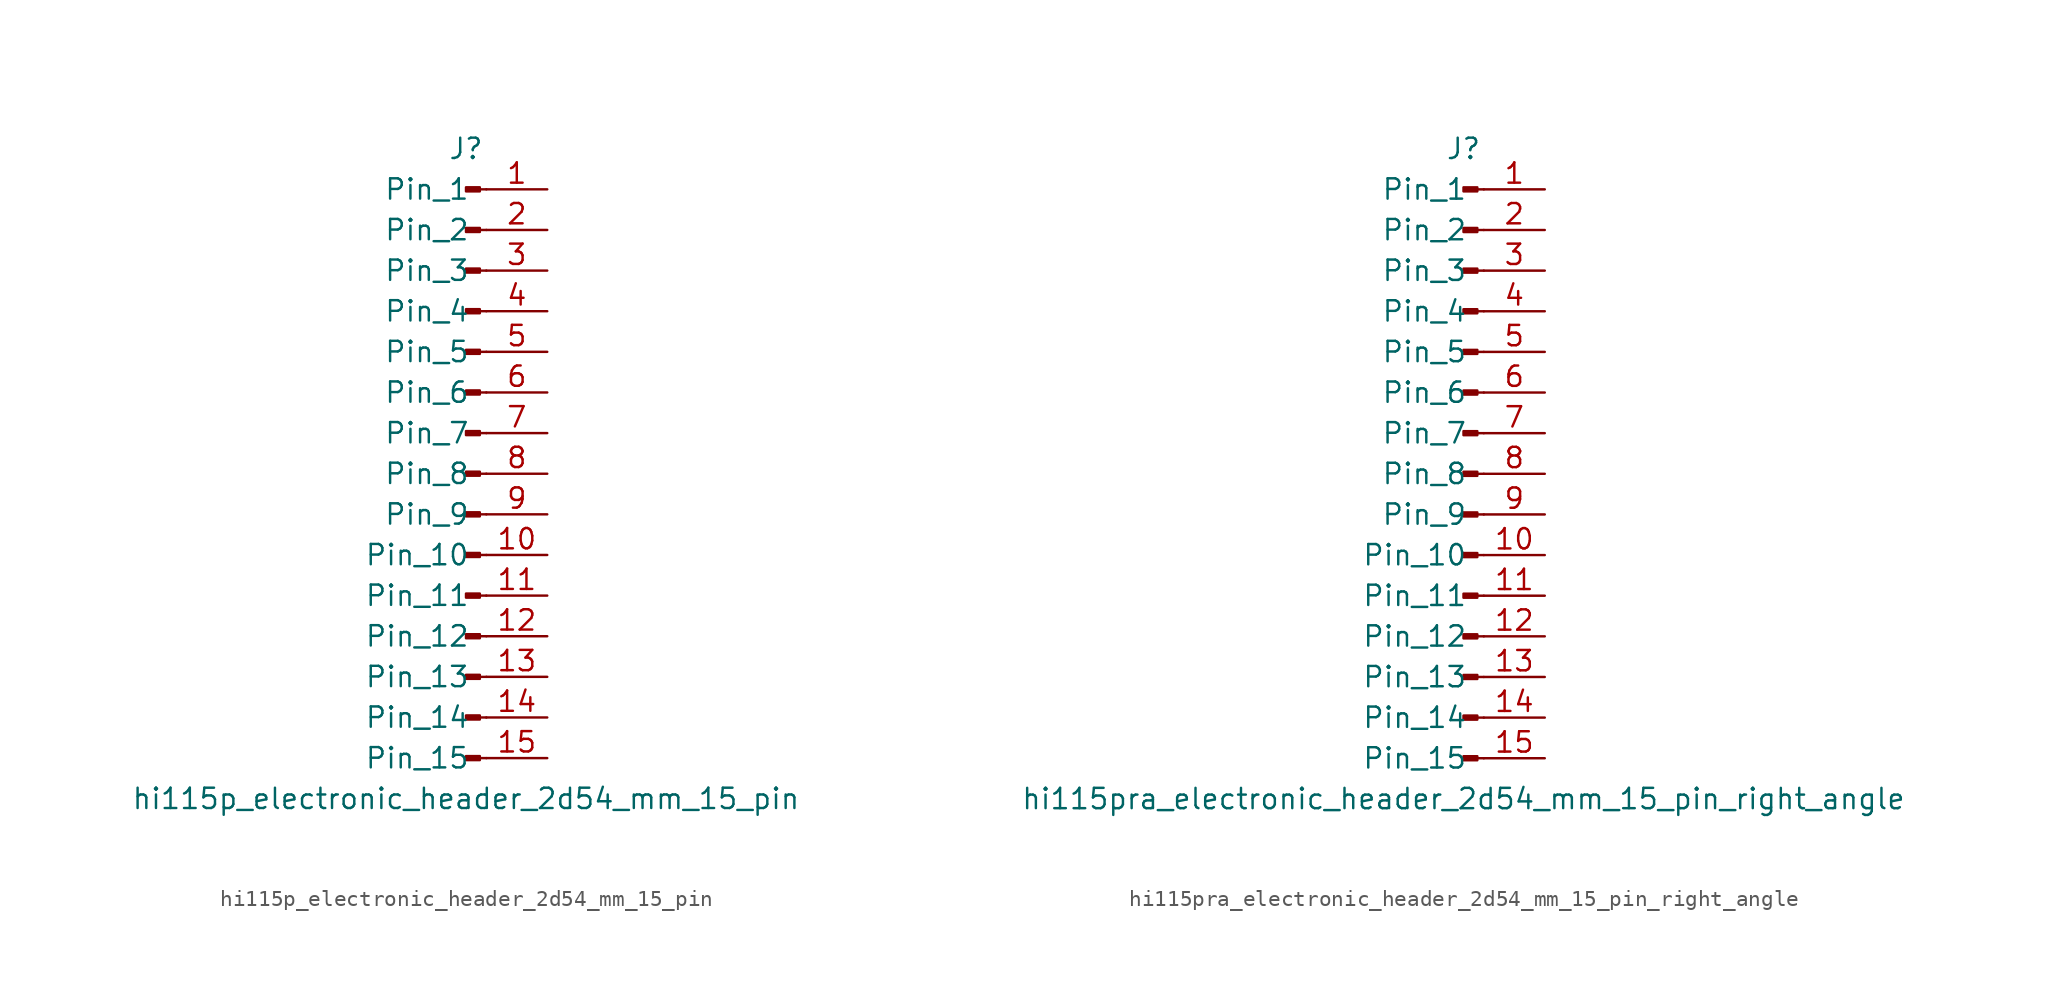
<source format=kicad_sym>
(kicad_symbol_lib
  (version 20220914)
  (generator kicad_symbol_editor)
  (symbol "hi115p_electronic_header_2d54_mm_15_pin"
    (pin_names
      (offset 1.016))
    (property "Reference" "J"
      (at 0 20.32 0)
      (effects (font (size 1.27 1.27))))
    (property "Value" "hi115p_electronic_header_2d54_mm_15_pin"
      (at 0 -20.32 0)
      (effects (font (size 1.27 1.27))))
    (property "ki_locked" ""
      (at 0 0 0)
      (effects (font (size 1.27 1.27))))
    (symbol "hi115p_electronic_header_2d54_mm_15_pin_1_1"
      (polyline (pts (xy 1.27 -17.78) (xy 0.864 -17.78)) (stroke (width 0.152) (type default)) (fill (type none)))
      (polyline (pts (xy 1.27 -15.24) (xy 0.864 -15.24)) (stroke (width 0.152) (type default)) (fill (type none)))
      (polyline (pts (xy 1.27 -12.7) (xy 0.864 -12.7)) (stroke (width 0.152) (type default)) (fill (type none)))
      (polyline (pts (xy 1.27 -10.16) (xy 0.864 -10.16)) (stroke (width 0.152) (type default)) (fill (type none)))
      (polyline (pts (xy 1.27 -7.62) (xy 0.864 -7.62)) (stroke (width 0.152) (type default)) (fill (type none)))
      (polyline (pts (xy 1.27 -5.08) (xy 0.864 -5.08)) (stroke (width 0.152) (type default)) (fill (type none)))
      (polyline (pts (xy 1.27 -2.54) (xy 0.864 -2.54)) (stroke (width 0.152) (type default)) (fill (type none)))
      (polyline (pts (xy 1.27 0) (xy 0.864 0)) (stroke (width 0.152) (type default)) (fill (type none)))
      (polyline (pts (xy 1.27 2.54) (xy 0.864 2.54)) (stroke (width 0.152) (type default)) (fill (type none)))
      (polyline (pts (xy 1.27 5.08) (xy 0.864 5.08)) (stroke (width 0.152) (type default)) (fill (type none)))
      (polyline (pts (xy 1.27 7.62) (xy 0.864 7.62)) (stroke (width 0.152) (type default)) (fill (type none)))
      (polyline (pts (xy 1.27 10.16) (xy 0.864 10.16)) (stroke (width 0.152) (type default)) (fill (type none)))
      (polyline (pts (xy 1.27 12.7) (xy 0.864 12.7)) (stroke (width 0.152) (type default)) (fill (type none)))
      (polyline (pts (xy 1.27 15.24) (xy 0.864 15.24)) (stroke (width 0.152) (type default)) (fill (type none)))
      (polyline (pts (xy 1.27 17.78) (xy 0.864 17.78)) (stroke (width 0.152) (type default)) (fill (type none)))
      (rectangle (start 0.864 -17.653) (end 0 -17.907) (stroke (width 0.152) (type default)) (fill (type outline)))
      (rectangle (start 0.864 -15.113) (end 0 -15.367) (stroke (width 0.152) (type default)) (fill (type outline)))
      (rectangle (start 0.864 -12.573) (end 0 -12.827) (stroke (width 0.152) (type default)) (fill (type outline)))
      (rectangle (start 0.864 -10.033) (end 0 -10.287) (stroke (width 0.152) (type default)) (fill (type outline)))
      (rectangle (start 0.864 -7.493) (end 0 -7.747) (stroke (width 0.152) (type default)) (fill (type outline)))
      (rectangle (start 0.864 -4.953) (end 0 -5.207) (stroke (width 0.152) (type default)) (fill (type outline)))
      (rectangle (start 0.864 -2.413) (end 0 -2.667) (stroke (width 0.152) (type default)) (fill (type outline)))
      (rectangle (start 0.864 0.127) (end 0 -0.127) (stroke (width 0.152) (type default)) (fill (type outline)))
      (rectangle (start 0.864 2.667) (end 0 2.413) (stroke (width 0.152) (type default)) (fill (type outline)))
      (rectangle (start 0.864 5.207) (end 0 4.953) (stroke (width 0.152) (type default)) (fill (type outline)))
      (rectangle (start 0.864 7.747) (end 0 7.493) (stroke (width 0.152) (type default)) (fill (type outline)))
      (rectangle (start 0.864 10.287) (end 0 10.033) (stroke (width 0.152) (type default)) (fill (type outline)))
      (rectangle (start 0.864 12.827) (end 0 12.573) (stroke (width 0.152) (type default)) (fill (type outline)))
      (rectangle (start 0.864 15.367) (end 0 15.113) (stroke (width 0.152) (type default)) (fill (type outline)))
      (rectangle (start 0.864 17.907) (end 0 17.653) (stroke (width 0.152) (type default)) (fill (type outline)))
      (pin passive line (at 5.08 17.78 180) (length 3.81) (name "Pin_1" (effects (font (size 1.27 1.27)))) (number "1" (effects (font (size 1.27 1.27)))))
      (pin passive line (at 5.08 -5.08 180) (length 3.81) (name "Pin_10" (effects (font (size 1.27 1.27)))) (number "10" (effects (font (size 1.27 1.27)))))
      (pin passive line (at 5.08 -7.62 180) (length 3.81) (name "Pin_11" (effects (font (size 1.27 1.27)))) (number "11" (effects (font (size 1.27 1.27)))))
      (pin passive line (at 5.08 -10.16 180) (length 3.81) (name "Pin_12" (effects (font (size 1.27 1.27)))) (number "12" (effects (font (size 1.27 1.27)))))
      (pin passive line (at 5.08 -12.7 180) (length 3.81) (name "Pin_13" (effects (font (size 1.27 1.27)))) (number "13" (effects (font (size 1.27 1.27)))))
      (pin passive line (at 5.08 -15.24 180) (length 3.81) (name "Pin_14" (effects (font (size 1.27 1.27)))) (number "14" (effects (font (size 1.27 1.27)))))
      (pin passive line (at 5.08 -17.78 180) (length 3.81) (name "Pin_15" (effects (font (size 1.27 1.27)))) (number "15" (effects (font (size 1.27 1.27)))))
      (pin passive line (at 5.08 15.24 180) (length 3.81) (name "Pin_2" (effects (font (size 1.27 1.27)))) (number "2" (effects (font (size 1.27 1.27)))))
      (pin passive line (at 5.08 12.7 180) (length 3.81) (name "Pin_3" (effects (font (size 1.27 1.27)))) (number "3" (effects (font (size 1.27 1.27)))))
      (pin passive line (at 5.08 10.16 180) (length 3.81) (name "Pin_4" (effects (font (size 1.27 1.27)))) (number "4" (effects (font (size 1.27 1.27)))))
      (pin passive line (at 5.08 7.62 180) (length 3.81) (name "Pin_5" (effects (font (size 1.27 1.27)))) (number "5" (effects (font (size 1.27 1.27)))))
      (pin passive line (at 5.08 5.08 180) (length 3.81) (name "Pin_6" (effects (font (size 1.27 1.27)))) (number "6" (effects (font (size 1.27 1.27)))))
      (pin passive line (at 5.08 2.54 180) (length 3.81) (name "Pin_7" (effects (font (size 1.27 1.27)))) (number "7" (effects (font (size 1.27 1.27)))))
      (pin passive line (at 5.08 0 180) (length 3.81) (name "Pin_8" (effects (font (size 1.27 1.27)))) (number "8" (effects (font (size 1.27 1.27)))))
      (pin passive line (at 5.08 -2.54 180) (length 3.81) (name "Pin_9" (effects (font (size 1.27 1.27)))) (number "9" (effects (font (size 1.27 1.27)))))))
  (symbol "hi115pra_electronic_header_2d54_mm_15_pin_right_angle"
    (pin_names
      (offset 1.016))
    (property "Reference" "J"
      (at 0 20.32 0)
      (effects (font (size 1.27 1.27))))
    (property "Value" "hi115pra_electronic_header_2d54_mm_15_pin_right_angle"
      (at 0 -20.32 0)
      (effects (font (size 1.27 1.27))))
    (property "ki_locked" ""
      (at 0 0 0)
      (effects (font (size 1.27 1.27))))
    (symbol "hi115pra_electronic_header_2d54_mm_15_pin_right_angle_1_1"
      (polyline (pts (xy 1.27 -17.78) (xy 0.864 -17.78)) (stroke (width 0.152) (type default)) (fill (type none)))
      (polyline (pts (xy 1.27 -15.24) (xy 0.864 -15.24)) (stroke (width 0.152) (type default)) (fill (type none)))
      (polyline (pts (xy 1.27 -12.7) (xy 0.864 -12.7)) (stroke (width 0.152) (type default)) (fill (type none)))
      (polyline (pts (xy 1.27 -10.16) (xy 0.864 -10.16)) (stroke (width 0.152) (type default)) (fill (type none)))
      (polyline (pts (xy 1.27 -7.62) (xy 0.864 -7.62)) (stroke (width 0.152) (type default)) (fill (type none)))
      (polyline (pts (xy 1.27 -5.08) (xy 0.864 -5.08)) (stroke (width 0.152) (type default)) (fill (type none)))
      (polyline (pts (xy 1.27 -2.54) (xy 0.864 -2.54)) (stroke (width 0.152) (type default)) (fill (type none)))
      (polyline (pts (xy 1.27 0) (xy 0.864 0)) (stroke (width 0.152) (type default)) (fill (type none)))
      (polyline (pts (xy 1.27 2.54) (xy 0.864 2.54)) (stroke (width 0.152) (type default)) (fill (type none)))
      (polyline (pts (xy 1.27 5.08) (xy 0.864 5.08)) (stroke (width 0.152) (type default)) (fill (type none)))
      (polyline (pts (xy 1.27 7.62) (xy 0.864 7.62)) (stroke (width 0.152) (type default)) (fill (type none)))
      (polyline (pts (xy 1.27 10.16) (xy 0.864 10.16)) (stroke (width 0.152) (type default)) (fill (type none)))
      (polyline (pts (xy 1.27 12.7) (xy 0.864 12.7)) (stroke (width 0.152) (type default)) (fill (type none)))
      (polyline (pts (xy 1.27 15.24) (xy 0.864 15.24)) (stroke (width 0.152) (type default)) (fill (type none)))
      (polyline (pts (xy 1.27 17.78) (xy 0.864 17.78)) (stroke (width 0.152) (type default)) (fill (type none)))
      (rectangle (start 0.864 -17.653) (end 0 -17.907) (stroke (width 0.152) (type default)) (fill (type outline)))
      (rectangle (start 0.864 -15.113) (end 0 -15.367) (stroke (width 0.152) (type default)) (fill (type outline)))
      (rectangle (start 0.864 -12.573) (end 0 -12.827) (stroke (width 0.152) (type default)) (fill (type outline)))
      (rectangle (start 0.864 -10.033) (end 0 -10.287) (stroke (width 0.152) (type default)) (fill (type outline)))
      (rectangle (start 0.864 -7.493) (end 0 -7.747) (stroke (width 0.152) (type default)) (fill (type outline)))
      (rectangle (start 0.864 -4.953) (end 0 -5.207) (stroke (width 0.152) (type default)) (fill (type outline)))
      (rectangle (start 0.864 -2.413) (end 0 -2.667) (stroke (width 0.152) (type default)) (fill (type outline)))
      (rectangle (start 0.864 0.127) (end 0 -0.127) (stroke (width 0.152) (type default)) (fill (type outline)))
      (rectangle (start 0.864 2.667) (end 0 2.413) (stroke (width 0.152) (type default)) (fill (type outline)))
      (rectangle (start 0.864 5.207) (end 0 4.953) (stroke (width 0.152) (type default)) (fill (type outline)))
      (rectangle (start 0.864 7.747) (end 0 7.493) (stroke (width 0.152) (type default)) (fill (type outline)))
      (rectangle (start 0.864 10.287) (end 0 10.033) (stroke (width 0.152) (type default)) (fill (type outline)))
      (rectangle (start 0.864 12.827) (end 0 12.573) (stroke (width 0.152) (type default)) (fill (type outline)))
      (rectangle (start 0.864 15.367) (end 0 15.113) (stroke (width 0.152) (type default)) (fill (type outline)))
      (rectangle (start 0.864 17.907) (end 0 17.653) (stroke (width 0.152) (type default)) (fill (type outline)))
      (pin passive line (at 5.08 17.78 180) (length 3.81) (name "Pin_1" (effects (font (size 1.27 1.27)))) (number "1" (effects (font (size 1.27 1.27)))))
      (pin passive line (at 5.08 -5.08 180) (length 3.81) (name "Pin_10" (effects (font (size 1.27 1.27)))) (number "10" (effects (font (size 1.27 1.27)))))
      (pin passive line (at 5.08 -7.62 180) (length 3.81) (name "Pin_11" (effects (font (size 1.27 1.27)))) (number "11" (effects (font (size 1.27 1.27)))))
      (pin passive line (at 5.08 -10.16 180) (length 3.81) (name "Pin_12" (effects (font (size 1.27 1.27)))) (number "12" (effects (font (size 1.27 1.27)))))
      (pin passive line (at 5.08 -12.7 180) (length 3.81) (name "Pin_13" (effects (font (size 1.27 1.27)))) (number "13" (effects (font (size 1.27 1.27)))))
      (pin passive line (at 5.08 -15.24 180) (length 3.81) (name "Pin_14" (effects (font (size 1.27 1.27)))) (number "14" (effects (font (size 1.27 1.27)))))
      (pin passive line (at 5.08 -17.78 180) (length 3.81) (name "Pin_15" (effects (font (size 1.27 1.27)))) (number "15" (effects (font (size 1.27 1.27)))))
      (pin passive line (at 5.08 15.24 180) (length 3.81) (name "Pin_2" (effects (font (size 1.27 1.27)))) (number "2" (effects (font (size 1.27 1.27)))))
      (pin passive line (at 5.08 12.7 180) (length 3.81) (name "Pin_3" (effects (font (size 1.27 1.27)))) (number "3" (effects (font (size 1.27 1.27)))))
      (pin passive line (at 5.08 10.16 180) (length 3.81) (name "Pin_4" (effects (font (size 1.27 1.27)))) (number "4" (effects (font (size 1.27 1.27)))))
      (pin passive line (at 5.08 7.62 180) (length 3.81) (name "Pin_5" (effects (font (size 1.27 1.27)))) (number "5" (effects (font (size 1.27 1.27)))))
      (pin passive line (at 5.08 5.08 180) (length 3.81) (name "Pin_6" (effects (font (size 1.27 1.27)))) (number "6" (effects (font (size 1.27 1.27)))))
      (pin passive line (at 5.08 2.54 180) (length 3.81) (name "Pin_7" (effects (font (size 1.27 1.27)))) (number "7" (effects (font (size 1.27 1.27)))))
      (pin passive line (at 5.08 0 180) (length 3.81) (name "Pin_8" (effects (font (size 1.27 1.27)))) (number "8" (effects (font (size 1.27 1.27)))))
      (pin passive line (at 5.08 -2.54 180) (length 3.81) (name "Pin_9" (effects (font (size 1.27 1.27)))) (number "9" (effects (font (size 1.27 1.27))))))))
</source>
